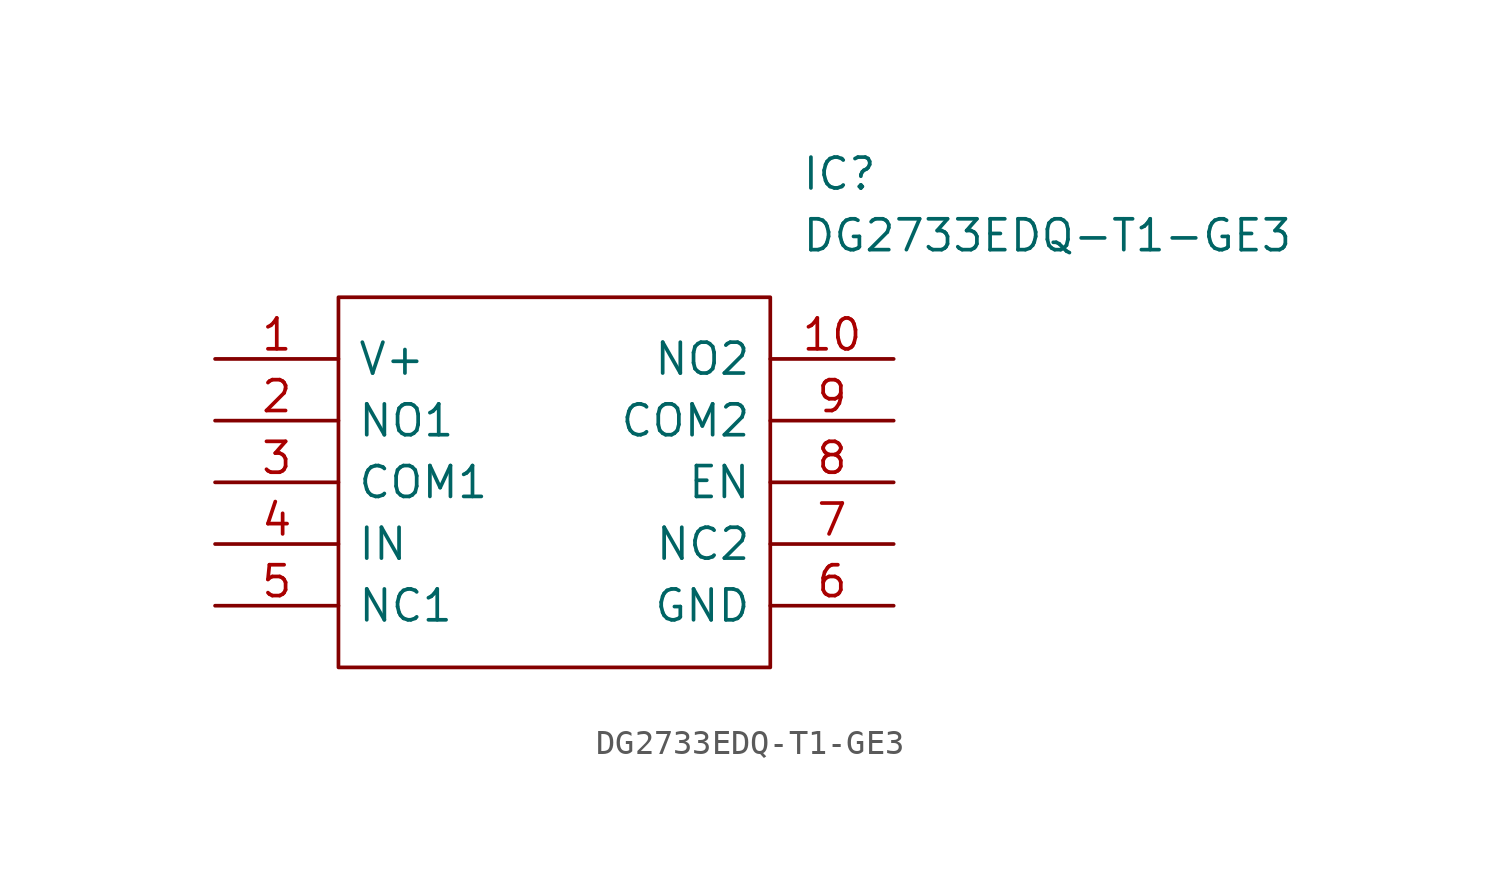
<source format=kicad_sym>
(kicad_symbol_lib
  (version 20211014)
  (generator kicad_symbol_editor)
  (symbol "DG2733EDQ-T1-GE3"
    (pin_names
      (offset 0.762))
    (property "Reference" "IC"
      (at 24.13 7.62 0)
      (effects (font (size 1.27 1.27)) (justify left)))
    (property "Value" "DG2733EDQ-T1-GE3"
      (at 24.13 5.08 0)
      (effects (font (size 1.27 1.27)) (justify left)))
    (symbol "DG2733EDQ-T1-GE3_0_0"
      (pin passive line (at 0 0 0) (length 5.08) (name "V+" (effects (font (size 1.27 1.27)))) (number "1" (effects (font (size 1.27 1.27)))))
      (pin passive line (at 27.94 0 180) (length 5.08) (name "NO2" (effects (font (size 1.27 1.27)))) (number "10" (effects (font (size 1.27 1.27)))))
      (pin passive line (at 0 -2.54 0) (length 5.08) (name "NO1" (effects (font (size 1.27 1.27)))) (number "2" (effects (font (size 1.27 1.27)))))
      (pin passive line (at 0 -5.08 0) (length 5.08) (name "COM1" (effects (font (size 1.27 1.27)))) (number "3" (effects (font (size 1.27 1.27)))))
      (pin passive line (at 0 -7.62 0) (length 5.08) (name "IN" (effects (font (size 1.27 1.27)))) (number "4" (effects (font (size 1.27 1.27)))))
      (pin passive line (at 0 -10.16 0) (length 5.08) (name "NC1" (effects (font (size 1.27 1.27)))) (number "5" (effects (font (size 1.27 1.27)))))
      (pin passive line (at 27.94 -10.16 180) (length 5.08) (name "GND" (effects (font (size 1.27 1.27)))) (number "6" (effects (font (size 1.27 1.27)))))
      (pin passive line (at 27.94 -7.62 180) (length 5.08) (name "NC2" (effects (font (size 1.27 1.27)))) (number "7" (effects (font (size 1.27 1.27)))))
      (pin passive line (at 27.94 -5.08 180) (length 5.08) (name "EN" (effects (font (size 1.27 1.27)))) (number "8" (effects (font (size 1.27 1.27)))))
      (pin passive line (at 27.94 -2.54 180) (length 5.08) (name "COM2" (effects (font (size 1.27 1.27)))) (number "9" (effects (font (size 1.27 1.27))))))
    (symbol "DG2733EDQ-T1-GE3_0_1"
      (polyline (pts (xy 5.08 2.54) (xy 22.86 2.54) (xy 22.86 -12.7) (xy 5.08 -12.7) (xy 5.08 2.54)) (stroke (width 0.152) (type default) (color 0 0 0 0)) (fill (type none))))))
</source>
